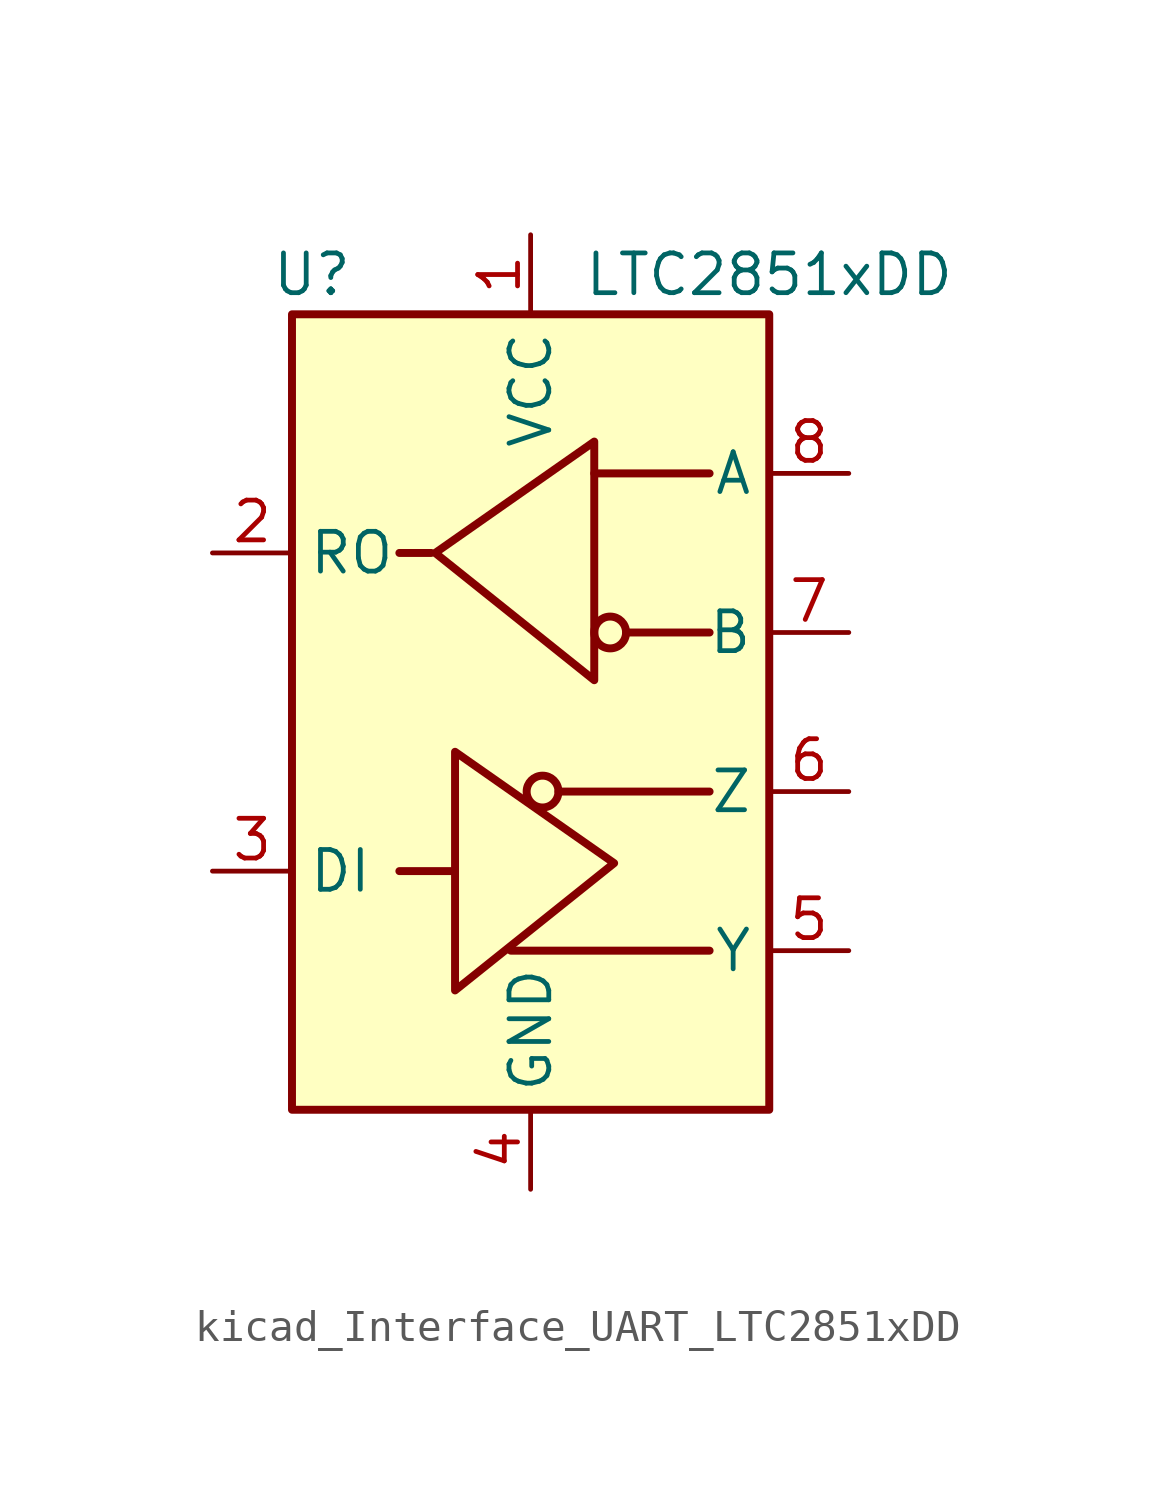
<source format=kicad_sym>
(kicad_symbol_lib
  (version 20220914)
  (generator kicad_symbol_editor)
  (symbol "kicad_Interface_UART_LTC2851xDD"
    (property "Reference" "U"
      (at -6.985 13.97 0)
      (effects (font (size 1.27 1.27))))
    (property "Value" "LTC2851xDD"
      (at 7.62 13.97 0)
      (effects (font (size 1.27 1.27))))
    (symbol "kicad_Interface_UART_LTC2851xDD_0_1"
      (rectangle (start -7.62 12.7) (end 7.62 -12.7) (stroke (width 0.254) (type default)) (fill (type background))))
    (symbol "kicad_Interface_UART_LTC2851xDD_1_1"
      (polyline (pts (xy -2.54 -5.08) (xy -4.191 -5.08)) (stroke (width 0.254) (type default)) (fill (type none)))
      (polyline (pts (xy -0.635 -7.62) (xy 5.715 -7.62)) (stroke (width 0.254) (type default)) (fill (type none)))
      (polyline (pts (xy 0.889 -2.54) (xy 5.715 -2.54)) (stroke (width 0.254) (type default)) (fill (type none)))
      (polyline (pts (xy 2.032 7.62) (xy 5.715 7.62)) (stroke (width 0.254) (type default)) (fill (type none)))
      (polyline (pts (xy 3.048 2.54) (xy 5.715 2.54)) (stroke (width 0.254) (type default)) (fill (type none)))
      (polyline (pts (xy -3.175 5.08) (xy -4.191 5.08) (xy -4.064 5.08)) (stroke (width 0.254) (type default)) (fill (type none)))
      (polyline (pts (xy -2.413 -5.08) (xy -2.413 -1.27) (xy 2.667 -4.826) (xy -2.413 -8.89) (xy -2.413 -5.08)) (stroke (width 0.254) (type default)) (fill (type none)))
      (polyline (pts (xy 2.032 4.826) (xy 2.032 8.636) (xy -3.048 5.08) (xy 2.032 1.016) (xy 2.032 4.826)) (stroke (width 0.254) (type default)) (fill (type none)))
      (circle (center 0.381 -2.54) (radius 0.508) (stroke (width 0.254) (type default)) (fill (type none)))
      (circle (center 2.54 2.54) (radius 0.508) (stroke (width 0.254) (type default)) (fill (type none)))
      (pin power_in line (at 0 15.24 270) (length 2.54) (name "VCC" (effects (font (size 1.27 1.27)))) (number "1" (effects (font (size 1.27 1.27)))))
      (pin output line (at -10.16 5.08 0) (length 2.54) (name "RO" (effects (font (size 1.27 1.27)))) (number "2" (effects (font (size 1.27 1.27)))))
      (pin input line (at -10.16 -5.08 0) (length 2.54) (name "DI" (effects (font (size 1.27 1.27)))) (number "3" (effects (font (size 1.27 1.27)))))
      (pin power_in line (at 0 -15.24 90) (length 2.54) (name "GND" (effects (font (size 1.27 1.27)))) (number "4" (effects (font (size 1.27 1.27)))))
      (pin output line (at 10.16 -7.62 180) (length 2.54) (name "Y" (effects (font (size 1.27 1.27)))) (number "5" (effects (font (size 1.27 1.27)))))
      (pin output line (at 10.16 -2.54 180) (length 2.54) (name "Z" (effects (font (size 1.27 1.27)))) (number "6" (effects (font (size 1.27 1.27)))))
      (pin input line (at 10.16 2.54 180) (length 2.54) (name "B" (effects (font (size 1.27 1.27)))) (number "7" (effects (font (size 1.27 1.27)))))
      (pin input line (at 10.16 7.62 180) (length 2.54) (name "A" (effects (font (size 1.27 1.27)))) (number "8" (effects (font (size 1.27 1.27)))))
      (pin passive line (at 0 -15.24 90) (length 2.54) hide (name "GND" (effects (font (size 1.27 1.27)))) (number "9" (effects (font (size 1.27 1.27))))))))
</source>
